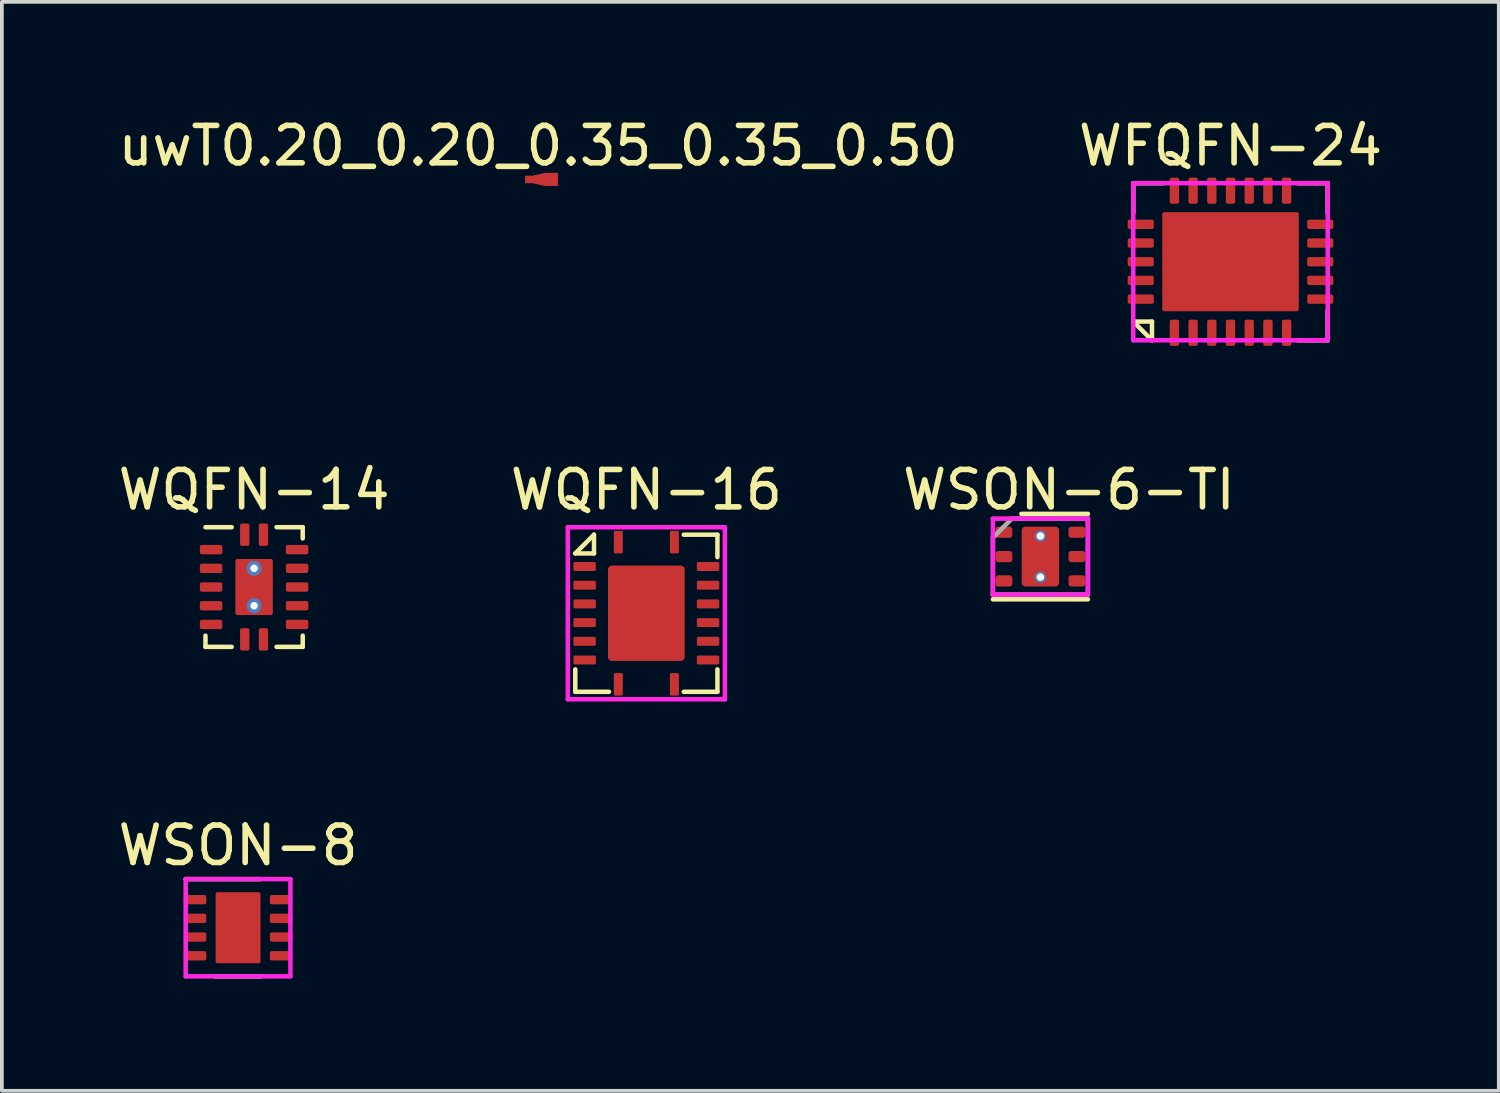
<source format=kicad_pcb>
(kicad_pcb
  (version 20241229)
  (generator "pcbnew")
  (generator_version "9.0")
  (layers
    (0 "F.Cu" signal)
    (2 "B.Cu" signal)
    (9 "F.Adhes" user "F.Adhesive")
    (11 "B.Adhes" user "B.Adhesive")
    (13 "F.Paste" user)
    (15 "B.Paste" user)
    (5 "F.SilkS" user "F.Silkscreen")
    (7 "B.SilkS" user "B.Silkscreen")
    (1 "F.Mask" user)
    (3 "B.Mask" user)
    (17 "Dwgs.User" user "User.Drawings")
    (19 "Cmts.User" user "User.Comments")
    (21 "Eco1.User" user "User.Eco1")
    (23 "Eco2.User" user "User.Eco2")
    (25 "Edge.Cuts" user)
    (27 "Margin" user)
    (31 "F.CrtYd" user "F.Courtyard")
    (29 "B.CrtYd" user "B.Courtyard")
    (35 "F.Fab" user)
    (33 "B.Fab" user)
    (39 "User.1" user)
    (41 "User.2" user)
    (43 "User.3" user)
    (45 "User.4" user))
  (footprint "WFQFN-24"
    (layer "F.Cu")
    (at 29.851 3.948)
    (property "Reference" "WFQFN-24" (at 0 -3.1 0) (unlocked yes) (layer "F.SilkS") (effects (font (size 1 1) (thickness 0.15))))
    (attr smd)
    (fp_line (start -2.6 -2.1) (end -2.6 -1.3) (stroke (width 0.12) (type default)) (layer "F.SilkS"))
    (fp_line (start -2.6 -2.1) (end -1.8 -2.1) (stroke (width 0.12) (type default)) (layer "F.SilkS"))
    (fp_line (start -2.1 1.6) (end -2.6 1.6) (stroke (width 0.12) (type default)) (layer "F.SilkS"))
    (fp_line (start -2.1 2.1) (end -2.6 1.6) (stroke (width 0.12) (type default)) (layer "F.SilkS"))
    (fp_line (start -2.1 2.1) (end -2.1 1.6) (stroke (width 0.12) (type default)) (layer "F.SilkS"))
    (fp_line (start 1.8 -2.1) (end 2.6 -2.1) (stroke (width 0.12) (type default)) (layer "F.SilkS"))
    (fp_line (start 2.6 -2.1) (end 2.6 -1.3) (stroke (width 0.12) (type default)) (layer "F.SilkS"))
    (fp_line (start 2.6 1.3) (end 2.6 2.1) (stroke (width 0.12) (type default)) (layer "F.SilkS"))
    (fp_line (start 2.6 2.1) (end 1.8 2.1) (stroke (width 0.12) (type default)) (layer "F.SilkS"))
    (fp_line (start -2.6 -2.1) (end 2.6 -2.1) (stroke (width 0.12) (type default)) (layer "F.CrtYd"))
    (fp_line (start -2.6 2.1) (end -2.6 -2.1) (stroke (width 0.12) (type default)) (layer "F.CrtYd"))
    (fp_line (start 2.6 -2.1) (end 2.6 2.1) (stroke (width 0.12) (type default)) (layer "F.CrtYd"))
    (fp_line (start 2.6 2.1) (end -2.6 2.1) (stroke (width 0.12) (type default)) (layer "F.CrtYd"))
    (pad "" smd roundrect (at -0.8 -0.6) (size 1.25 1) (layers "F.Paste") (roundrect_rratio 0.019))
    (pad "" smd roundrect (at -0.8 0.7) (size 1.25 1) (layers "F.Paste") (roundrect_rratio 0.019))
    (pad "" smd roundrect (at 0.8 -0.6) (size 1.25 1) (layers "F.Paste") (roundrect_rratio 0.019))
    (pad "" smd roundrect (at 0.8 0.7) (size 1.25 1) (layers "F.Paste") (roundrect_rratio 0.019))
    (pad "1" smd roundrect (at -1.5 1.9) (size 0.25 0.7) (layers "F.Cu" "F.Mask" "F.Paste") (roundrect_rratio 0.2))
    (pad "2" smd roundrect (at -1 1.9) (size 0.25 0.7) (layers "F.Cu" "F.Mask" "F.Paste") (roundrect_rratio 0.2))
    (pad "3" smd roundrect (at -0.5 1.9) (size 0.25 0.7) (layers "F.Cu" "F.Mask" "F.Paste") (roundrect_rratio 0.2))
    (pad "4" smd roundrect (at 0 1.9) (size 0.25 0.7) (layers "F.Cu" "F.Mask" "F.Paste") (roundrect_rratio 0.2))
    (pad "5" smd roundrect (at 0.5 1.9) (size 0.25 0.7) (layers "F.Cu" "F.Mask" "F.Paste") (roundrect_rratio 0.2))
    (pad "6" smd roundrect (at 1 1.9) (size 0.25 0.7) (layers "F.Cu" "F.Mask" "F.Paste") (roundrect_rratio 0.2))
    (pad "7" smd roundrect (at 1.5 1.9) (size 0.25 0.7) (layers "F.Cu" "F.Mask" "F.Paste") (roundrect_rratio 0.2))
    (pad "8" smd roundrect (at 2.4 1 90) (size 0.25 0.7) (layers "F.Cu" "F.Mask" "F.Paste") (roundrect_rratio 0.2))
    (pad "9" smd roundrect (at 2.4 0.5 90) (size 0.25 0.7) (layers "F.Cu" "F.Mask" "F.Paste") (roundrect_rratio 0.2))
    (pad "10" smd roundrect (at 2.4 0 90) (size 0.25 0.7) (layers "F.Cu" "F.Mask" "F.Paste") (roundrect_rratio 0.2))
    (pad "11" smd roundrect (at 2.4 -0.5 90) (size 0.25 0.7) (layers "F.Cu" "F.Mask" "F.Paste") (roundrect_rratio 0.2))
    (pad "12" smd roundrect (at 2.4 -1 90) (size 0.25 0.7) (layers "F.Cu" "F.Mask" "F.Paste") (roundrect_rratio 0.2))
    (pad "13" smd roundrect (at 1.5 -1.9 180) (size 0.25 0.7) (layers "F.Cu" "F.Mask" "F.Paste") (roundrect_rratio 0.2))
    (pad "14" smd roundrect (at 1 -1.9 180) (size 0.25 0.7) (layers "F.Cu" "F.Mask" "F.Paste") (roundrect_rratio 0.2))
    (pad "15" smd roundrect (at 0.5 -1.9 180) (size 0.25 0.7) (layers "F.Cu" "F.Mask" "F.Paste") (roundrect_rratio 0.2))
    (pad "16" smd roundrect (at 0 -1.9 180) (size 0.25 0.7) (layers "F.Cu" "F.Mask" "F.Paste") (roundrect_rratio 0.2))
    (pad "17" smd roundrect (at -0.5 -1.9 180) (size 0.25 0.7) (layers "F.Cu" "F.Mask" "F.Paste") (roundrect_rratio 0.2))
    (pad "18" smd roundrect (at -1 -1.9 180) (size 0.25 0.7) (layers "F.Cu" "F.Mask" "F.Paste") (roundrect_rratio 0.2))
    (pad "19" smd roundrect (at -1.5 -1.9 180) (size 0.25 0.7) (layers "F.Cu" "F.Mask" "F.Paste") (roundrect_rratio 0.2))
    (pad "20" smd roundrect (at -2.4 -1 270) (size 0.25 0.7) (layers "F.Cu" "F.Mask" "F.Paste") (roundrect_rratio 0.2))
    (pad "21" smd roundrect (at -2.4 -0.5 270) (size 0.25 0.7) (layers "F.Cu" "F.Mask" "F.Paste") (roundrect_rratio 0.2))
    (pad "22" smd roundrect (at -2.4 0 270) (size 0.25 0.7) (layers "F.Cu" "F.Mask" "F.Paste") (roundrect_rratio 0.2))
    (pad "23" smd roundrect (at -2.4 0.5 270) (size 0.25 0.7) (layers "F.Cu" "F.Mask" "F.Paste") (roundrect_rratio 0.2))
    (pad "24" smd roundrect (at -2.4 1 270) (size 0.25 0.7) (layers "F.Cu" "F.Mask" "F.Paste") (roundrect_rratio 0.2))
    (pad "25" smd roundrect (at 0 0) (size 3.65 2.65) (layers "F.Cu" "F.Mask") (roundrect_rratio 0.019)))
  (footprint "WQFN-14"
    (layer "F.Cu")
    (at 3.744 12.646)
    (property "Reference" "WQFN-14" (at 0 -2.6 0) (unlocked yes) (layer "F.SilkS") (effects (font (size 1 1) (thickness 0.15))))
    (attr smd)
    (fp_line (start -1.3 1.6) (end -1.3 1.3) (stroke (width 0.12) (type default)) (layer "F.SilkS"))
    (fp_line (start -0.6 -1.6) (end -1.3 -1.6) (stroke (width 0.12) (type default)) (layer "F.SilkS"))
    (fp_line (start -0.6 1.6) (end -1.3 1.6) (stroke (width 0.12) (type default)) (layer "F.SilkS"))
    (fp_line (start 1.3 -1.6) (end 0.6 -1.6) (stroke (width 0.12) (type default)) (layer "F.SilkS"))
    (fp_line (start 1.3 -1.3) (end 1.3 -1.6) (stroke (width 0.12) (type default)) (layer "F.SilkS"))
    (fp_line (start 1.3 1.3) (end 1.3 1.6) (stroke (width 0.12) (type default)) (layer "F.SilkS"))
    (fp_line (start 1.3 1.6) (end 0.6 1.6) (stroke (width 0.12) (type default)) (layer "F.SilkS"))
    (pad "1" smd roundrect (at -0.25 -1.4 90) (size 0.6 0.25) (layers "F.Cu" "F.Mask" "F.Paste") (roundrect_rratio 0.2))
    (pad "2" smd roundrect (at -1.15 -1 180) (size 0.6 0.25) (layers "F.Cu" "F.Mask" "F.Paste") (roundrect_rratio 0.2))
    (pad "3" smd roundrect (at -1.15 -0.5 180) (size 0.6 0.25) (layers "F.Cu" "F.Mask" "F.Paste") (roundrect_rratio 0.2))
    (pad "4" smd roundrect (at -1.15 0 180) (size 0.6 0.25) (layers "F.Cu" "F.Mask" "F.Paste") (roundrect_rratio 0.2))
    (pad "5" smd roundrect (at -1.15 0.5 180) (size 0.6 0.25) (layers "F.Cu" "F.Mask" "F.Paste") (roundrect_rratio 0.2))
    (pad "6" smd roundrect (at -1.15 1 180) (size 0.6 0.25) (layers "F.Cu" "F.Mask" "F.Paste") (roundrect_rratio 0.2))
    (pad "7" smd roundrect (at -0.25 1.4 270) (size 0.6 0.25) (layers "F.Cu" "F.Mask" "F.Paste") (roundrect_rratio 0.2))
    (pad "8" smd roundrect (at 0.25 1.4 270) (size 0.6 0.25) (layers "F.Cu" "F.Mask" "F.Paste") (roundrect_rratio 0.2))
    (pad "9" smd roundrect (at 1.15 1) (size 0.6 0.25) (layers "F.Cu" "F.Mask" "F.Paste") (roundrect_rratio 0.2))
    (pad "10" smd roundrect (at 1.15 0.5) (size 0.6 0.25) (layers "F.Cu" "F.Mask" "F.Paste") (roundrect_rratio 0.2))
    (pad "11" smd roundrect (at 1.15 0) (size 0.6 0.25) (layers "F.Cu" "F.Mask" "F.Paste") (roundrect_rratio 0.2))
    (pad "12" smd roundrect (at 1.15 -0.5) (size 0.6 0.25) (layers "F.Cu" "F.Mask" "F.Paste") (roundrect_rratio 0.2))
    (pad "13" smd roundrect (at 1.15 -1) (size 0.6 0.25) (layers "F.Cu" "F.Mask" "F.Paste") (roundrect_rratio 0.2))
    (pad "14" smd roundrect (at 0.25 -1.4 90) (size 0.6 0.25) (layers "F.Cu" "F.Mask" "F.Paste") (roundrect_rratio 0.2))
    (pad "15" thru_hole circle (at 0 -0.5) (size 0.4 0.4) (drill 0.2) (layers "*.Cu" "*.Mask"))
    (pad "15" smd roundrect (at 0 0) (size 1 1.5) (layers "F.Cu" "F.Mask" "F.Paste") (roundrect_rratio 0.05))
    (pad "15" thru_hole circle (at 0 0.5) (size 0.4 0.4) (drill 0.2) (layers "*.Cu" "*.Mask")))
  (footprint "uwT0.20_0.20_0.35_0.35_0.50"
    (layer "F.Cu")
    (at 11.089 1.748)
    (property "Reference" "uwT0.20_0.20_0.35_0.35_0.50" (at 0.25 -0.9 0) (layer "F.SilkS") (effects (font (size 1 1) (thickness 0.15))))
    (attr exclude_from_pos_files exclude_from_bom)
    (pad "1" smd custom (at 0 0) (size 0.2 0.2) (layers "F.Cu") (options (anchor rect)) (primitives (gr_poly (pts (xy -0.1 -0.1) (xy 0.1 -0.1) (xy 0.425 -0.175) (xy 0.775 -0.175) (xy 0.775 0.175) (xy 0.425 0.175) (xy 0.1 0.1) (xy -0.1 0.1)) (width 0) (fill yes))))
    (pad "1" smd rect (at 0.6 0) (size 0.35 0.35) (layers "F.Cu")))
  (footprint "WQFN-16"
    (layer "F.Cu")
    (at 14.232 13.347)
    (property "Reference" "WQFN-16" (at 0 -3.3 0) (unlocked yes) (layer "F.SilkS") (effects (font (size 1 1) (thickness 0.15))))
    (attr smd)
    (fp_line (start -1.9 -1.6) (end -1.4 -1.6) (stroke (width 0.12) (type default)) (layer "F.SilkS"))
    (fp_line (start -1.9 2.1) (end -1.9 1.5) (stroke (width 0.12) (type default)) (layer "F.SilkS"))
    (fp_line (start -1.4 -2.1) (end -1.9 -1.6) (stroke (width 0.12) (type default)) (layer "F.SilkS"))
    (fp_line (start -1.4 -1.6) (end -1.4 -2.1) (stroke (width 0.12) (type default)) (layer "F.SilkS"))
    (fp_line (start -1 2.1) (end -1.9 2.1) (stroke (width 0.12) (type default)) (layer "F.SilkS"))
    (fp_line (start 1 -2.1) (end 1.9 -2.1) (stroke (width 0.12) (type default)) (layer "F.SilkS"))
    (fp_line (start 1.9 -2.1) (end 1.9 -1.5) (stroke (width 0.12) (type default)) (layer "F.SilkS"))
    (fp_line (start 1.9 1.5) (end 1.9 2.1) (stroke (width 0.12) (type default)) (layer "F.SilkS"))
    (fp_line (start 1.9 2.1) (end 1 2.1) (stroke (width 0.12) (type default)) (layer "F.SilkS"))
    (fp_line (start -2.1 -2.3) (end -2.1 2.3) (stroke (width 0.12) (type default)) (layer "F.CrtYd"))
    (fp_line (start -2.1 2.3) (end 2.1 2.3) (stroke (width 0.12) (type default)) (layer "F.CrtYd"))
    (fp_line (start 2 -2.3) (end -2.1 -2.3) (stroke (width 0.12) (type default)) (layer "F.CrtYd"))
    (fp_line (start 2.1 -2.3) (end 2 -2.3) (stroke (width 0.12) (type default)) (layer "F.CrtYd"))
    (fp_line (start 2.1 2.3) (end 2.1 -2.3) (stroke (width 0.12) (type default)) (layer "F.CrtYd"))
    (pad "1" smd roundrect (at -0.75 -1.9 90) (size 0.6 0.24) (layers "F.Cu" "F.Mask" "F.Paste") (roundrect_rratio 0.15))
    (pad "2" smd roundrect (at -1.65 -1.25 180) (size 0.6 0.24) (layers "F.Cu" "F.Mask" "F.Paste") (roundrect_rratio 0.15))
    (pad "3" smd roundrect (at -1.65 -0.75 180) (size 0.6 0.24) (layers "F.Cu" "F.Mask" "F.Paste") (roundrect_rratio 0.15))
    (pad "4" smd roundrect (at -1.65 -0.25 180) (size 0.6 0.24) (layers "F.Cu" "F.Mask" "F.Paste") (roundrect_rratio 0.15))
    (pad "5" smd roundrect (at -1.65 0.25 180) (size 0.6 0.24) (layers "F.Cu" "F.Mask" "F.Paste") (roundrect_rratio 0.15))
    (pad "6" smd roundrect (at -1.65 0.75 180) (size 0.6 0.24) (layers "F.Cu" "F.Mask" "F.Paste") (roundrect_rratio 0.15))
    (pad "7" smd roundrect (at -1.65 1.25 180) (size 0.6 0.24) (layers "F.Cu" "F.Mask" "F.Paste") (roundrect_rratio 0.15))
    (pad "8" smd roundrect (at -0.75 1.9 270) (size 0.6 0.24) (layers "F.Cu" "F.Mask" "F.Paste") (roundrect_rratio 0.15))
    (pad "9" smd roundrect (at 0.75 1.9 270) (size 0.6 0.24) (layers "F.Cu" "F.Mask" "F.Paste") (roundrect_rratio 0.15))
    (pad "10" smd roundrect (at 1.65 1.25) (size 0.6 0.24) (layers "F.Cu" "F.Mask" "F.Paste") (roundrect_rratio 0.15))
    (pad "11" smd roundrect (at 1.65 0.75) (size 0.6 0.24) (layers "F.Cu" "F.Mask" "F.Paste") (roundrect_rratio 0.15))
    (pad "12" smd roundrect (at 1.65 0.25) (size 0.6 0.24) (layers "F.Cu" "F.Mask" "F.Paste") (roundrect_rratio 0.15))
    (pad "13" smd roundrect (at 1.65 -0.25) (size 0.6 0.24) (layers "F.Cu" "F.Mask" "F.Paste") (roundrect_rratio 0.15))
    (pad "14" smd roundrect (at 1.65 -0.75) (size 0.6 0.24) (layers "F.Cu" "F.Mask" "F.Paste") (roundrect_rratio 0.15))
    (pad "15" smd roundrect (at 1.65 -1.25) (size 0.6 0.24) (layers "F.Cu" "F.Mask" "F.Paste") (roundrect_rratio 0.15))
    (pad "16" smd roundrect (at 0.75 -1.9 90) (size 0.6 0.24) (layers "F.Cu" "F.Mask" "F.Paste") (roundrect_rratio 0.15))
    (pad "17" smd roundrect (at 0 0) (size 2.05 2.55) (layers "F.Cu" "F.Mask" "F.Paste") (roundrect_rratio 0.05)))
  (footprint "WSON-8"
    (layer "F.Cu")
    (at 3.315 21.755)
    (property "Reference" "WSON-8" (at 0 -2.2 0) (unlocked yes) (layer "F.SilkS") (effects (font (size 1 1) (thickness 0.15))))
    (attr smd)
    (fp_line (start 0.6 -1.3) (end -1.4 -1.3) (stroke (width 0.12) (type default)) (layer "F.SilkS"))
    (fp_line (start 0.6 1.3) (end -0.6 1.3) (stroke (width 0.12) (type default)) (layer "F.SilkS"))
    (fp_line (start -1.4 -1.3) (end 1.4 -1.3) (stroke (width 0.12) (type default)) (layer "F.CrtYd"))
    (fp_line (start -1.4 1.3) (end -1.4 -1.3) (stroke (width 0.12) (type default)) (layer "F.CrtYd"))
    (fp_line (start 1.4 -1.3) (end 1.4 1.3) (stroke (width 0.12) (type default)) (layer "F.CrtYd"))
    (fp_line (start 1.4 1.3) (end -1.4 1.3) (stroke (width 0.12) (type default)) (layer "F.CrtYd"))
    (pad "" smd roundrect (at 0 0) (size 1.2 1.9) (layers "F.Cu" "F.Mask" "F.Paste") (roundrect_rratio 0.042))
    (pad "1" smd roundrect (at -1.15 -0.75) (size 0.6 0.25) (layers "F.Cu" "F.Mask" "F.Paste") (roundrect_rratio 0.2))
    (pad "2" smd roundrect (at -1.15 -0.25) (size 0.6 0.25) (layers "F.Cu" "F.Mask" "F.Paste") (roundrect_rratio 0.2))
    (pad "3" smd roundrect (at -1.15 0.25) (size 0.6 0.25) (layers "F.Cu" "F.Mask" "F.Paste") (roundrect_rratio 0.2))
    (pad "4" smd roundrect (at -1.15 0.75) (size 0.6 0.25) (layers "F.Cu" "F.Mask" "F.Paste") (roundrect_rratio 0.2))
    (pad "5" smd roundrect (at 1.15 0.75) (size 0.6 0.25) (layers "F.Cu" "F.Mask" "F.Paste") (roundrect_rratio 0.2))
    (pad "6" smd roundrect (at 1.15 0.25) (size 0.6 0.25) (layers "F.Cu" "F.Mask" "F.Paste") (roundrect_rratio 0.2))
    (pad "7" smd roundrect (at 1.15 -0.25) (size 0.6 0.25) (layers "F.Cu" "F.Mask" "F.Paste") (roundrect_rratio 0.2))
    (pad "8" smd roundrect (at 1.15 -0.75) (size 0.6 0.25) (layers "F.Cu" "F.Mask" "F.Paste") (roundrect_rratio 0.2)))
  (footprint "WSON-6-TI"
    (layer "F.Cu")
    (at 24.768 11.832)
    (property "Reference" "WSON-6-TI" (at 0.762 -1.786 0) (layer "F.SilkS") (effects (font (size 1 1) (thickness 0.15))))
    (attr through_hole)
    (fp_line (start -1.27 1.143) (end 1.27 1.143) (stroke (width 0.12) (type solid)) (layer "F.SilkS"))
    (fp_line (start 1.27 -1.143) (end -0.508 -1.143) (stroke (width 0.12) (type solid)) (layer "F.SilkS"))
    (fp_line (start -1.27 -1.016) (end -1.27 1.016) (stroke (width 0.12) (type solid)) (layer "F.CrtYd"))
    (fp_line (start -1.27 1.016) (end 1.27 1.016) (stroke (width 0.12) (type solid)) (layer "F.CrtYd"))
    (fp_line (start 1.27 -1.016) (end -1.27 -1.016) (stroke (width 0.12) (type solid)) (layer "F.CrtYd"))
    (fp_line (start 1.27 1.016) (end 1.27 -1.016) (stroke (width 0.12) (type solid)) (layer "F.CrtYd"))
    (fp_line (start -1.27 -0.508) (end -1.27 1.016) (stroke (width 0.12) (type solid)) (layer "F.Fab"))
    (fp_line (start -1.27 1.016) (end 1.27 1.016) (stroke (width 0.12) (type solid)) (layer "F.Fab"))
    (fp_line (start -0.762 -1.016) (end -1.27 -0.508) (stroke (width 0.12) (type solid)) (layer "F.Fab"))
    (fp_line (start 1.27 -1.016) (end -0.762 -1.016) (stroke (width 0.12) (type solid)) (layer "F.Fab"))
    (fp_line (start 1.27 1.016) (end 1.27 -1.016) (stroke (width 0.12) (type solid)) (layer "F.Fab"))
    (pad "1" smd roundrect (at -0.975 -0.65) (size 0.45 0.3) (layers "F.Cu" "F.Mask" "F.Paste") (roundrect_rratio 0.25))
    (pad "2" smd roundrect (at -0.975 0) (size 0.45 0.3) (layers "F.Cu" "F.Mask" "F.Paste") (roundrect_rratio 0.25))
    (pad "3" smd roundrect (at -0.975 0.65) (size 0.45 0.3) (layers "F.Cu" "F.Mask" "F.Paste") (roundrect_rratio 0.25))
    (pad "4" smd roundrect (at 0.975 0.65) (size 0.45 0.3) (layers "F.Cu" "F.Mask" "F.Paste") (roundrect_rratio 0.25))
    (pad "5" smd roundrect (at 0.975 0) (size 0.45 0.3) (layers "F.Cu" "F.Mask" "F.Paste") (roundrect_rratio 0.25))
    (pad "6" smd roundrect (at 0.975 -0.65) (size 0.45 0.3) (layers "F.Cu" "F.Mask" "F.Paste") (roundrect_rratio 0.25))
    (pad "7" thru_hole circle (at 0 -0.55) (size 0.3 0.3) (drill 0.2) (layers "*.Cu" "*.Mask"))
    (pad "7" smd roundrect (at 0 0) (size 1 1.6) (layers "F.Cu" "F.Mask" "F.Paste") (roundrect_rratio 0.1))
    (pad "7" thru_hole circle (at 0 0.55) (size 0.3 0.3) (drill 0.2) (layers "*.Cu" "*.Mask")))
  (gr_rect
    (start -3 -3)
    (end 37.024 26.115)
    (stroke (width 0.1) (type default))
    (fill no)
    (layer "Edge.Cuts")))
</source>
